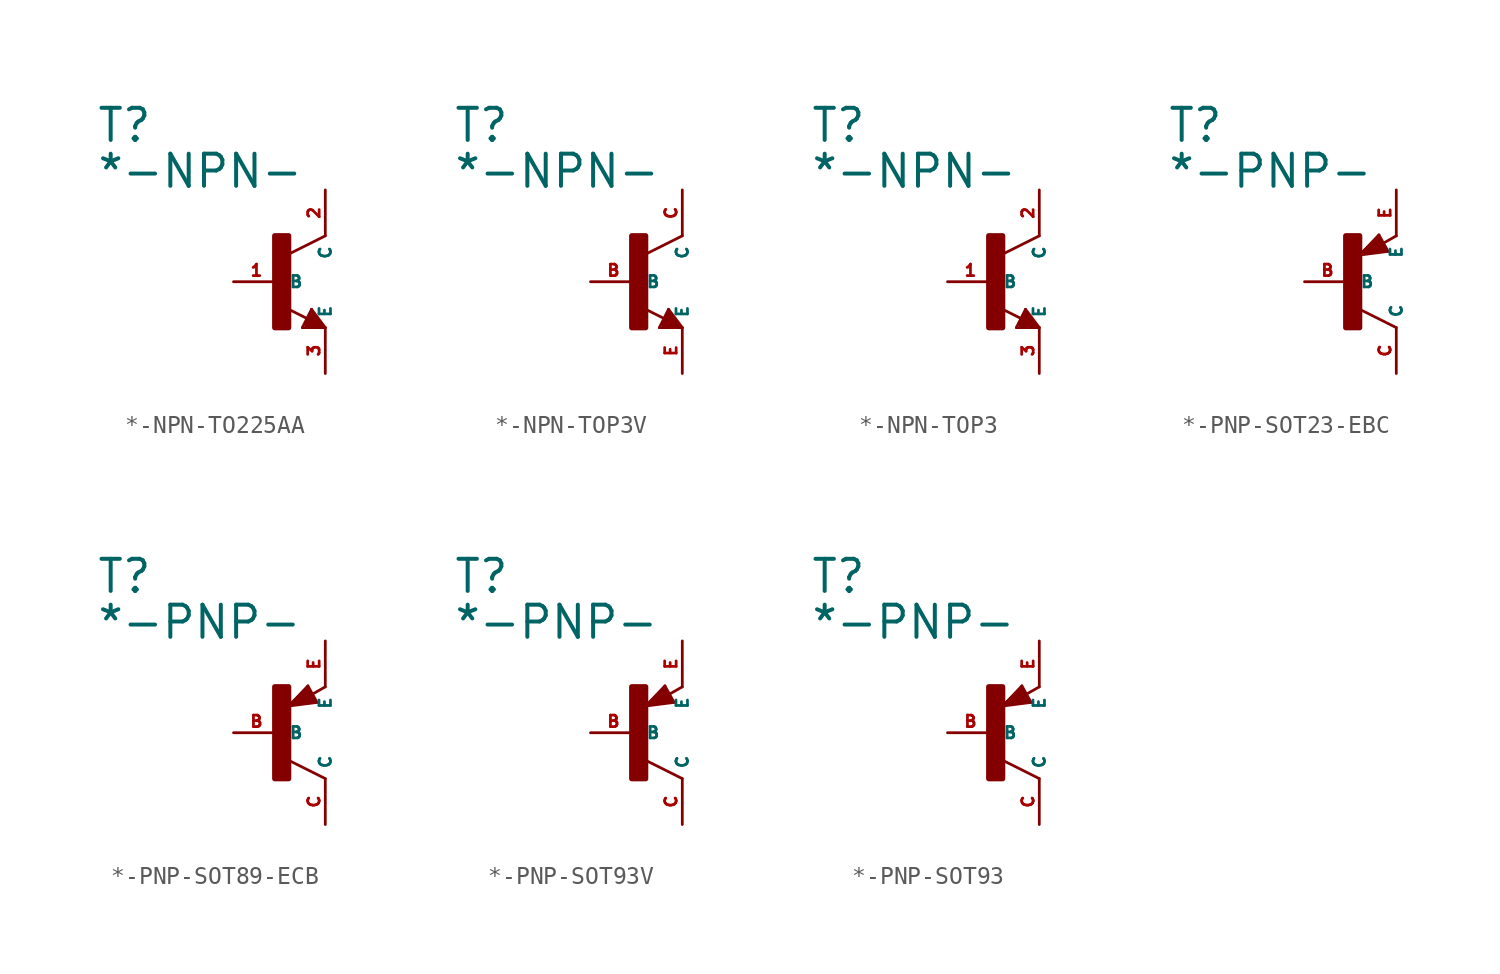
<source format=kicad_sym>
(kicad_symbol_lib
  (version 20220914)
  (generator Eagle2Kicad)
  (symbol "*-NPN-TO225AA"
    (property "Reference" "T"
      (at -10.16 7.62 0)
      (effects (font (size 1.778 1.778) (thickness 0.22)) (justify left bottom)))
    (property "Value" "*-NPN-"
      (at -10.16 5.08 0)
      (effects (font (size 1.778 1.778) (thickness 0.22)) (justify left bottom)))
    (polyline
      (pts (xy 2.54 2.54) (xy 0.508 1.524))
      (stroke (width 0.152) (type default))
      (fill (type none)))
    (polyline
      (pts (xy 1.778 -1.524) (xy 2.54 -2.54))
      (stroke (width 0.152) (type default))
      (fill (type none)))
    (polyline
      (pts (xy 2.54 -2.54) (xy 1.27 -2.54))
      (stroke (width 0.152) (type default))
      (fill (type none)))
    (polyline
      (pts (xy 1.27 -2.54) (xy 1.778 -1.524))
      (stroke (width 0.152) (type default))
      (fill (type none)))
    (polyline
      (pts (xy 1.54 -2.04) (xy 0.308 -1.424))
      (stroke (width 0.152) (type default))
      (fill (type none)))
    (polyline
      (pts (xy 1.524 -2.413) (xy 2.286 -2.413))
      (stroke (width 0.254) (type default))
      (fill (type none)))
    (polyline
      (pts (xy 2.286 -2.413) (xy 1.778 -1.778))
      (stroke (width 0.254) (type default))
      (fill (type none)))
    (polyline
      (pts (xy 1.778 -1.778) (xy 1.524 -2.286))
      (stroke (width 0.254) (type default))
      (fill (type none)))
    (polyline
      (pts (xy 1.524 -2.286) (xy 1.905 -2.286))
      (stroke (width 0.254) (type default))
      (fill (type none)))
    (polyline
      (pts (xy 1.905 -2.286) (xy 1.778 -2.032))
      (stroke (width 0.254) (type default))
      (fill (type none)))
    (rectangle
      (start -0.254 -2.54)
      (end 0.508 2.54)
      (stroke (width 0.3) (type default))
      (fill (type outline)))
    (pin passive line
      (at -2.54 0 0)
      (length 2.54)
      (name "B" (effects (font (size 0.635 0.635) (thickness 0.08)) (justify left bottom)))
      (number "1" (effects (font (size 0.635 0.635) (thickness 0.08)) (justify left bottom))))
    (pin passive line
      (at 2.54 -5.08 90)
      (length 2.54)
      (name "E" (effects (font (size 0.635 0.635) (thickness 0.08)) (justify left bottom)))
      (number "3" (effects (font (size 0.635 0.635) (thickness 0.08)) (justify left bottom))))
    (pin passive line
      (at 2.54 5.08 270)
      (length 2.54)
      (name "C" (effects (font (size 0.635 0.635) (thickness 0.08)) (justify left bottom)))
      (number "2" (effects (font (size 0.635 0.635) (thickness 0.08)) (justify left bottom)))))
  (symbol "*-NPN-TOP3V"
    (property "Reference" "T"
      (at -10.16 7.62 0)
      (effects (font (size 1.778 1.778) (thickness 0.22)) (justify left bottom)))
    (property "Value" "*-NPN-"
      (at -10.16 5.08 0)
      (effects (font (size 1.778 1.778) (thickness 0.22)) (justify left bottom)))
    (polyline
      (pts (xy 2.54 2.54) (xy 0.508 1.524))
      (stroke (width 0.152) (type default))
      (fill (type none)))
    (polyline
      (pts (xy 1.778 -1.524) (xy 2.54 -2.54))
      (stroke (width 0.152) (type default))
      (fill (type none)))
    (polyline
      (pts (xy 2.54 -2.54) (xy 1.27 -2.54))
      (stroke (width 0.152) (type default))
      (fill (type none)))
    (polyline
      (pts (xy 1.27 -2.54) (xy 1.778 -1.524))
      (stroke (width 0.152) (type default))
      (fill (type none)))
    (polyline
      (pts (xy 1.54 -2.04) (xy 0.308 -1.424))
      (stroke (width 0.152) (type default))
      (fill (type none)))
    (polyline
      (pts (xy 1.524 -2.413) (xy 2.286 -2.413))
      (stroke (width 0.254) (type default))
      (fill (type none)))
    (polyline
      (pts (xy 2.286 -2.413) (xy 1.778 -1.778))
      (stroke (width 0.254) (type default))
      (fill (type none)))
    (polyline
      (pts (xy 1.778 -1.778) (xy 1.524 -2.286))
      (stroke (width 0.254) (type default))
      (fill (type none)))
    (polyline
      (pts (xy 1.524 -2.286) (xy 1.905 -2.286))
      (stroke (width 0.254) (type default))
      (fill (type none)))
    (polyline
      (pts (xy 1.905 -2.286) (xy 1.778 -2.032))
      (stroke (width 0.254) (type default))
      (fill (type none)))
    (rectangle
      (start -0.254 -2.54)
      (end 0.508 2.54)
      (stroke (width 0.3) (type default))
      (fill (type outline)))
    (pin passive line
      (at -2.54 0 0)
      (length 2.54)
      (name "B" (effects (font (size 0.635 0.635) (thickness 0.08)) (justify left bottom)))
      (number "B" (effects (font (size 0.635 0.635) (thickness 0.08)) (justify left bottom))))
    (pin passive line
      (at 2.54 -5.08 90)
      (length 2.54)
      (name "E" (effects (font (size 0.635 0.635) (thickness 0.08)) (justify left bottom)))
      (number "E" (effects (font (size 0.635 0.635) (thickness 0.08)) (justify left bottom))))
    (pin passive line
      (at 2.54 5.08 270)
      (length 2.54)
      (name "C" (effects (font (size 0.635 0.635) (thickness 0.08)) (justify left bottom)))
      (number "C" (effects (font (size 0.635 0.635) (thickness 0.08)) (justify left bottom)))))
  (symbol "*-NPN-TOP3"
    (property "Reference" "T"
      (at -10.16 7.62 0)
      (effects (font (size 1.778 1.778) (thickness 0.22)) (justify left bottom)))
    (property "Value" "*-NPN-"
      (at -10.16 5.08 0)
      (effects (font (size 1.778 1.778) (thickness 0.22)) (justify left bottom)))
    (polyline
      (pts (xy 2.54 2.54) (xy 0.508 1.524))
      (stroke (width 0.152) (type default))
      (fill (type none)))
    (polyline
      (pts (xy 1.778 -1.524) (xy 2.54 -2.54))
      (stroke (width 0.152) (type default))
      (fill (type none)))
    (polyline
      (pts (xy 2.54 -2.54) (xy 1.27 -2.54))
      (stroke (width 0.152) (type default))
      (fill (type none)))
    (polyline
      (pts (xy 1.27 -2.54) (xy 1.778 -1.524))
      (stroke (width 0.152) (type default))
      (fill (type none)))
    (polyline
      (pts (xy 1.54 -2.04) (xy 0.308 -1.424))
      (stroke (width 0.152) (type default))
      (fill (type none)))
    (polyline
      (pts (xy 1.524 -2.413) (xy 2.286 -2.413))
      (stroke (width 0.254) (type default))
      (fill (type none)))
    (polyline
      (pts (xy 2.286 -2.413) (xy 1.778 -1.778))
      (stroke (width 0.254) (type default))
      (fill (type none)))
    (polyline
      (pts (xy 1.778 -1.778) (xy 1.524 -2.286))
      (stroke (width 0.254) (type default))
      (fill (type none)))
    (polyline
      (pts (xy 1.524 -2.286) (xy 1.905 -2.286))
      (stroke (width 0.254) (type default))
      (fill (type none)))
    (polyline
      (pts (xy 1.905 -2.286) (xy 1.778 -2.032))
      (stroke (width 0.254) (type default))
      (fill (type none)))
    (rectangle
      (start -0.254 -2.54)
      (end 0.508 2.54)
      (stroke (width 0.3) (type default))
      (fill (type outline)))
    (pin passive line
      (at -2.54 0 0)
      (length 2.54)
      (name "B" (effects (font (size 0.635 0.635) (thickness 0.08)) (justify left bottom)))
      (number "1" (effects (font (size 0.635 0.635) (thickness 0.08)) (justify left bottom))))
    (pin passive line
      (at 2.54 -5.08 90)
      (length 2.54)
      (name "E" (effects (font (size 0.635 0.635) (thickness 0.08)) (justify left bottom)))
      (number "3" (effects (font (size 0.635 0.635) (thickness 0.08)) (justify left bottom))))
    (pin passive line
      (at 2.54 5.08 270)
      (length 2.54)
      (name "C" (effects (font (size 0.635 0.635) (thickness 0.08)) (justify left bottom)))
      (number "2" (effects (font (size 0.635 0.635) (thickness 0.08)) (justify left bottom)))))
  (symbol "*-PNP-SOT23-EBC"
    (property "Reference" "T"
      (at -10.16 7.62 0)
      (effects (font (size 1.778 1.778) (thickness 0.22)) (justify left bottom)))
    (property "Value" "*-PNP-"
      (at -10.16 5.08 0)
      (effects (font (size 1.778 1.778) (thickness 0.22)) (justify left bottom)))
    (polyline
      (pts (xy 2.086 1.678) (xy 1.578 2.594))
      (stroke (width 0.152) (type default))
      (fill (type none)))
    (polyline
      (pts (xy 1.578 2.594) (xy 0.516 1.478))
      (stroke (width 0.152) (type default))
      (fill (type none)))
    (polyline
      (pts (xy 0.516 1.478) (xy 2.086 1.678))
      (stroke (width 0.152) (type default))
      (fill (type none)))
    (polyline
      (pts (xy 2.54 2.54) (xy 1.808 2.124))
      (stroke (width 0.152) (type default))
      (fill (type none)))
    (polyline
      (pts (xy 2.54 -2.54) (xy 0.508 -1.524))
      (stroke (width 0.152) (type default))
      (fill (type none)))
    (polyline
      (pts (xy 1.905 1.778) (xy 1.524 2.413))
      (stroke (width 0.254) (type default))
      (fill (type none)))
    (polyline
      (pts (xy 1.524 2.413) (xy 0.762 1.651))
      (stroke (width 0.254) (type default))
      (fill (type none)))
    (polyline
      (pts (xy 0.762 1.651) (xy 1.778 1.778))
      (stroke (width 0.254) (type default))
      (fill (type none)))
    (polyline
      (pts (xy 1.778 1.778) (xy 1.524 2.159))
      (stroke (width 0.254) (type default))
      (fill (type none)))
    (polyline
      (pts (xy 1.524 2.159) (xy 1.143 1.905))
      (stroke (width 0.254) (type default))
      (fill (type none)))
    (polyline
      (pts (xy 1.143 1.905) (xy 1.524 1.905))
      (stroke (width 0.254) (type default))
      (fill (type none)))
    (rectangle
      (start -0.254 -2.54)
      (end 0.508 2.54)
      (stroke (width 0.3) (type default))
      (fill (type outline)))
    (pin passive line
      (at -2.54 0 0)
      (length 2.54)
      (name "B" (effects (font (size 0.635 0.635) (thickness 0.08)) (justify left bottom)))
      (number "B" (effects (font (size 0.635 0.635) (thickness 0.08)) (justify left bottom))))
    (pin passive line
      (at 2.54 5.08 270)
      (length 2.54)
      (name "E" (effects (font (size 0.635 0.635) (thickness 0.08)) (justify left bottom)))
      (number "E" (effects (font (size 0.635 0.635) (thickness 0.08)) (justify left bottom))))
    (pin passive line
      (at 2.54 -5.08 90)
      (length 2.54)
      (name "C" (effects (font (size 0.635 0.635) (thickness 0.08)) (justify left bottom)))
      (number "C" (effects (font (size 0.635 0.635) (thickness 0.08)) (justify left bottom)))))
  (symbol "*-PNP-SOT89-ECB"
    (property "Reference" "T"
      (at -10.16 7.62 0)
      (effects (font (size 1.778 1.778) (thickness 0.22)) (justify left bottom)))
    (property "Value" "*-PNP-"
      (at -10.16 5.08 0)
      (effects (font (size 1.778 1.778) (thickness 0.22)) (justify left bottom)))
    (polyline
      (pts (xy 2.086 1.678) (xy 1.578 2.594))
      (stroke (width 0.152) (type default))
      (fill (type none)))
    (polyline
      (pts (xy 1.578 2.594) (xy 0.516 1.478))
      (stroke (width 0.152) (type default))
      (fill (type none)))
    (polyline
      (pts (xy 0.516 1.478) (xy 2.086 1.678))
      (stroke (width 0.152) (type default))
      (fill (type none)))
    (polyline
      (pts (xy 2.54 2.54) (xy 1.808 2.124))
      (stroke (width 0.152) (type default))
      (fill (type none)))
    (polyline
      (pts (xy 2.54 -2.54) (xy 0.508 -1.524))
      (stroke (width 0.152) (type default))
      (fill (type none)))
    (polyline
      (pts (xy 1.905 1.778) (xy 1.524 2.413))
      (stroke (width 0.254) (type default))
      (fill (type none)))
    (polyline
      (pts (xy 1.524 2.413) (xy 0.762 1.651))
      (stroke (width 0.254) (type default))
      (fill (type none)))
    (polyline
      (pts (xy 0.762 1.651) (xy 1.778 1.778))
      (stroke (width 0.254) (type default))
      (fill (type none)))
    (polyline
      (pts (xy 1.778 1.778) (xy 1.524 2.159))
      (stroke (width 0.254) (type default))
      (fill (type none)))
    (polyline
      (pts (xy 1.524 2.159) (xy 1.143 1.905))
      (stroke (width 0.254) (type default))
      (fill (type none)))
    (polyline
      (pts (xy 1.143 1.905) (xy 1.524 1.905))
      (stroke (width 0.254) (type default))
      (fill (type none)))
    (rectangle
      (start -0.254 -2.54)
      (end 0.508 2.54)
      (stroke (width 0.3) (type default))
      (fill (type outline)))
    (pin passive line
      (at -2.54 0 0)
      (length 2.54)
      (name "B" (effects (font (size 0.635 0.635) (thickness 0.08)) (justify left bottom)))
      (number "B" (effects (font (size 0.635 0.635) (thickness 0.08)) (justify left bottom))))
    (pin passive line
      (at 2.54 5.08 270)
      (length 2.54)
      (name "E" (effects (font (size 0.635 0.635) (thickness 0.08)) (justify left bottom)))
      (number "E" (effects (font (size 0.635 0.635) (thickness 0.08)) (justify left bottom))))
    (pin passive line
      (at 2.54 -5.08 90)
      (length 2.54)
      (name "C" (effects (font (size 0.635 0.635) (thickness 0.08)) (justify left bottom)))
      (number "C" (effects (font (size 0.635 0.635) (thickness 0.08)) (justify left bottom)))))
  (symbol "*-PNP-SOT93V"
    (property "Reference" "T"
      (at -10.16 7.62 0)
      (effects (font (size 1.778 1.778) (thickness 0.22)) (justify left bottom)))
    (property "Value" "*-PNP-"
      (at -10.16 5.08 0)
      (effects (font (size 1.778 1.778) (thickness 0.22)) (justify left bottom)))
    (polyline
      (pts (xy 2.086 1.678) (xy 1.578 2.594))
      (stroke (width 0.152) (type default))
      (fill (type none)))
    (polyline
      (pts (xy 1.578 2.594) (xy 0.516 1.478))
      (stroke (width 0.152) (type default))
      (fill (type none)))
    (polyline
      (pts (xy 0.516 1.478) (xy 2.086 1.678))
      (stroke (width 0.152) (type default))
      (fill (type none)))
    (polyline
      (pts (xy 2.54 2.54) (xy 1.808 2.124))
      (stroke (width 0.152) (type default))
      (fill (type none)))
    (polyline
      (pts (xy 2.54 -2.54) (xy 0.508 -1.524))
      (stroke (width 0.152) (type default))
      (fill (type none)))
    (polyline
      (pts (xy 1.905 1.778) (xy 1.524 2.413))
      (stroke (width 0.254) (type default))
      (fill (type none)))
    (polyline
      (pts (xy 1.524 2.413) (xy 0.762 1.651))
      (stroke (width 0.254) (type default))
      (fill (type none)))
    (polyline
      (pts (xy 0.762 1.651) (xy 1.778 1.778))
      (stroke (width 0.254) (type default))
      (fill (type none)))
    (polyline
      (pts (xy 1.778 1.778) (xy 1.524 2.159))
      (stroke (width 0.254) (type default))
      (fill (type none)))
    (polyline
      (pts (xy 1.524 2.159) (xy 1.143 1.905))
      (stroke (width 0.254) (type default))
      (fill (type none)))
    (polyline
      (pts (xy 1.143 1.905) (xy 1.524 1.905))
      (stroke (width 0.254) (type default))
      (fill (type none)))
    (rectangle
      (start -0.254 -2.54)
      (end 0.508 2.54)
      (stroke (width 0.3) (type default))
      (fill (type outline)))
    (pin passive line
      (at -2.54 0 0)
      (length 2.54)
      (name "B" (effects (font (size 0.635 0.635) (thickness 0.08)) (justify left bottom)))
      (number "B" (effects (font (size 0.635 0.635) (thickness 0.08)) (justify left bottom))))
    (pin passive line
      (at 2.54 5.08 270)
      (length 2.54)
      (name "E" (effects (font (size 0.635 0.635) (thickness 0.08)) (justify left bottom)))
      (number "E" (effects (font (size 0.635 0.635) (thickness 0.08)) (justify left bottom))))
    (pin passive line
      (at 2.54 -5.08 90)
      (length 2.54)
      (name "C" (effects (font (size 0.635 0.635) (thickness 0.08)) (justify left bottom)))
      (number "C" (effects (font (size 0.635 0.635) (thickness 0.08)) (justify left bottom)))))
  (symbol "*-PNP-SOT93"
    (property "Reference" "T"
      (at -10.16 7.62 0)
      (effects (font (size 1.778 1.778) (thickness 0.22)) (justify left bottom)))
    (property "Value" "*-PNP-"
      (at -10.16 5.08 0)
      (effects (font (size 1.778 1.778) (thickness 0.22)) (justify left bottom)))
    (polyline
      (pts (xy 2.086 1.678) (xy 1.578 2.594))
      (stroke (width 0.152) (type default))
      (fill (type none)))
    (polyline
      (pts (xy 1.578 2.594) (xy 0.516 1.478))
      (stroke (width 0.152) (type default))
      (fill (type none)))
    (polyline
      (pts (xy 0.516 1.478) (xy 2.086 1.678))
      (stroke (width 0.152) (type default))
      (fill (type none)))
    (polyline
      (pts (xy 2.54 2.54) (xy 1.808 2.124))
      (stroke (width 0.152) (type default))
      (fill (type none)))
    (polyline
      (pts (xy 2.54 -2.54) (xy 0.508 -1.524))
      (stroke (width 0.152) (type default))
      (fill (type none)))
    (polyline
      (pts (xy 1.905 1.778) (xy 1.524 2.413))
      (stroke (width 0.254) (type default))
      (fill (type none)))
    (polyline
      (pts (xy 1.524 2.413) (xy 0.762 1.651))
      (stroke (width 0.254) (type default))
      (fill (type none)))
    (polyline
      (pts (xy 0.762 1.651) (xy 1.778 1.778))
      (stroke (width 0.254) (type default))
      (fill (type none)))
    (polyline
      (pts (xy 1.778 1.778) (xy 1.524 2.159))
      (stroke (width 0.254) (type default))
      (fill (type none)))
    (polyline
      (pts (xy 1.524 2.159) (xy 1.143 1.905))
      (stroke (width 0.254) (type default))
      (fill (type none)))
    (polyline
      (pts (xy 1.143 1.905) (xy 1.524 1.905))
      (stroke (width 0.254) (type default))
      (fill (type none)))
    (rectangle
      (start -0.254 -2.54)
      (end 0.508 2.54)
      (stroke (width 0.3) (type default))
      (fill (type outline)))
    (pin passive line
      (at -2.54 0 0)
      (length 2.54)
      (name "B" (effects (font (size 0.635 0.635) (thickness 0.08)) (justify left bottom)))
      (number "B" (effects (font (size 0.635 0.635) (thickness 0.08)) (justify left bottom))))
    (pin passive line
      (at 2.54 5.08 270)
      (length 2.54)
      (name "E" (effects (font (size 0.635 0.635) (thickness 0.08)) (justify left bottom)))
      (number "E" (effects (font (size 0.635 0.635) (thickness 0.08)) (justify left bottom))))
    (pin passive line
      (at 2.54 -5.08 90)
      (length 2.54)
      (name "C" (effects (font (size 0.635 0.635) (thickness 0.08)) (justify left bottom)))
      (number "C" (effects (font (size 0.635 0.635) (thickness 0.08)) (justify left bottom))))))
</source>
